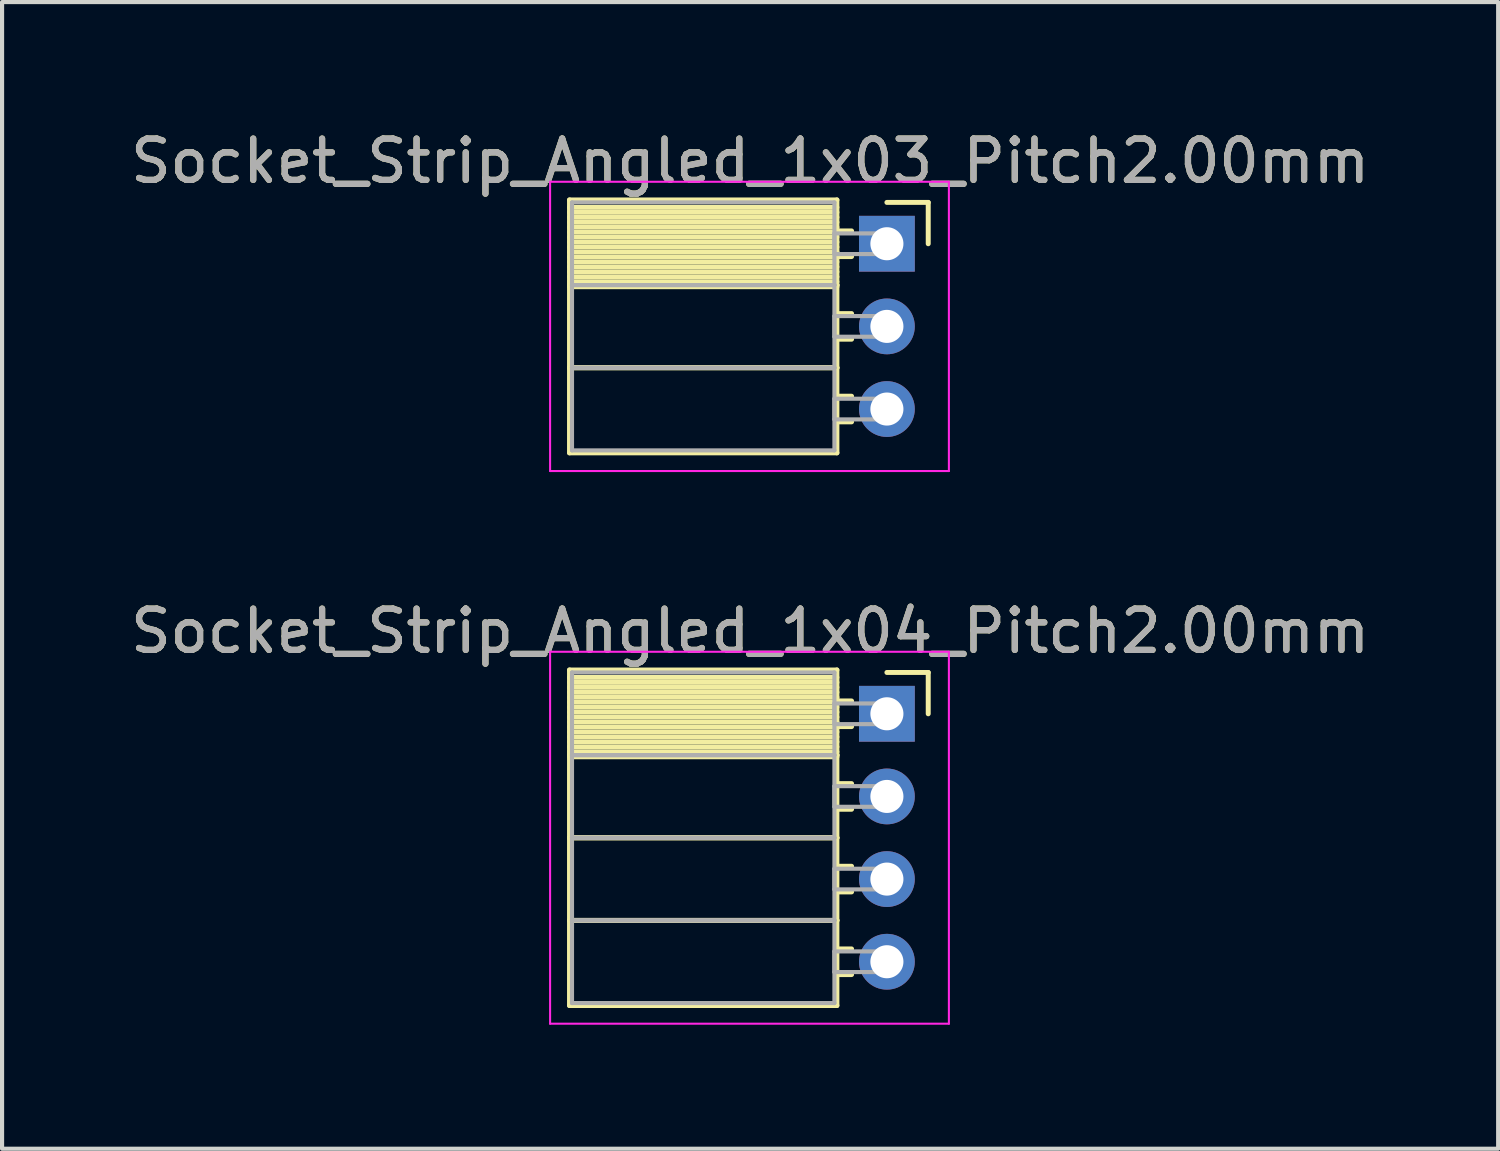
<source format=kicad_pcb>
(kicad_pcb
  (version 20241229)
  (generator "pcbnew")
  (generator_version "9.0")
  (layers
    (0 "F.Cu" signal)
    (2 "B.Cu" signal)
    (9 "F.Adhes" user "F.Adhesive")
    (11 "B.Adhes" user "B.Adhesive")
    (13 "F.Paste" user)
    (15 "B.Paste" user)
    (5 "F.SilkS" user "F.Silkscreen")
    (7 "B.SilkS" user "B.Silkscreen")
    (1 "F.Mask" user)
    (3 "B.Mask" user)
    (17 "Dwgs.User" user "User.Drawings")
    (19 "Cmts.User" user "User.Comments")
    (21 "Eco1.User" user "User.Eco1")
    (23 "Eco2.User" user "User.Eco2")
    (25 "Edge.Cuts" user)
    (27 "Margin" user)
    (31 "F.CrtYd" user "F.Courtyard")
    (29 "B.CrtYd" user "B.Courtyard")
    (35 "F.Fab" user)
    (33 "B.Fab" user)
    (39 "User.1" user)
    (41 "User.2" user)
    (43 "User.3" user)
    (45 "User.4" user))
  (footprint "Socket_Strip_Angled_1x03_Pitch2.00mm"
    (layer "F.Cu")
    (at 18.411 2.848)
    (property "Reference" "Socket_Strip_Angled_1x03_Pitch2.00mm" (at -3.31 -2 0) (layer "F.SilkS") (effects (font (size 1 1) (thickness 0.15))))
    (attr through_hole)
    (fp_line (start -7.68 -1.06) (end -1.21 -1.06) (stroke (width 0.12) (type solid)) (layer "F.SilkS"))
    (fp_line (start -7.68 1) (end -7.68 -1.06) (stroke (width 0.12) (type solid)) (layer "F.SilkS"))
    (fp_line (start -7.68 1) (end -1.21 1) (stroke (width 0.12) (type solid)) (layer "F.SilkS"))
    (fp_line (start -7.68 3) (end -7.68 1) (stroke (width 0.12) (type solid)) (layer "F.SilkS"))
    (fp_line (start -7.68 3) (end -1.21 3) (stroke (width 0.12) (type solid)) (layer "F.SilkS"))
    (fp_line (start -7.68 5.06) (end -7.68 3) (stroke (width 0.12) (type solid)) (layer "F.SilkS"))
    (fp_line (start -1.21 -1.06) (end -1.21 1) (stroke (width 0.12) (type solid)) (layer "F.SilkS"))
    (fp_line (start -1.21 -0.88) (end -7.68 -0.88) (stroke (width 0.12) (type solid)) (layer "F.SilkS"))
    (fp_line (start -1.21 -0.76) (end -7.68 -0.76) (stroke (width 0.12) (type solid)) (layer "F.SilkS"))
    (fp_line (start -1.21 -0.64) (end -7.68 -0.64) (stroke (width 0.12) (type solid)) (layer "F.SilkS"))
    (fp_line (start -1.21 -0.52) (end -7.68 -0.52) (stroke (width 0.12) (type solid)) (layer "F.SilkS"))
    (fp_line (start -1.21 -0.4) (end -7.68 -0.4) (stroke (width 0.12) (type solid)) (layer "F.SilkS"))
    (fp_line (start -1.21 -0.28) (end -7.68 -0.28) (stroke (width 0.12) (type solid)) (layer "F.SilkS"))
    (fp_line (start -1.21 -0.16) (end -7.68 -0.16) (stroke (width 0.12) (type solid)) (layer "F.SilkS"))
    (fp_line (start -1.21 -0.04) (end -7.68 -0.04) (stroke (width 0.12) (type solid)) (layer "F.SilkS"))
    (fp_line (start -1.21 0.08) (end -7.68 0.08) (stroke (width 0.12) (type solid)) (layer "F.SilkS"))
    (fp_line (start -1.21 0.2) (end -7.68 0.2) (stroke (width 0.12) (type solid)) (layer "F.SilkS"))
    (fp_line (start -1.21 0.32) (end -7.68 0.32) (stroke (width 0.12) (type solid)) (layer "F.SilkS"))
    (fp_line (start -1.21 0.44) (end -7.68 0.44) (stroke (width 0.12) (type solid)) (layer "F.SilkS"))
    (fp_line (start -1.21 0.56) (end -7.68 0.56) (stroke (width 0.12) (type solid)) (layer "F.SilkS"))
    (fp_line (start -1.21 0.68) (end -7.68 0.68) (stroke (width 0.12) (type solid)) (layer "F.SilkS"))
    (fp_line (start -1.21 0.8) (end -7.68 0.8) (stroke (width 0.12) (type solid)) (layer "F.SilkS"))
    (fp_line (start -1.21 0.92) (end -7.68 0.92) (stroke (width 0.12) (type solid)) (layer "F.SilkS"))
    (fp_line (start -1.21 1) (end -7.68 1) (stroke (width 0.12) (type solid)) (layer "F.SilkS"))
    (fp_line (start -1.21 1) (end -1.21 3) (stroke (width 0.12) (type solid)) (layer "F.SilkS"))
    (fp_line (start -1.21 1.04) (end -7.68 1.04) (stroke (width 0.12) (type solid)) (layer "F.SilkS"))
    (fp_line (start -1.21 3) (end -7.68 3) (stroke (width 0.12) (type solid)) (layer "F.SilkS"))
    (fp_line (start -1.21 3) (end -1.21 5.06) (stroke (width 0.12) (type solid)) (layer "F.SilkS"))
    (fp_line (start -1.21 5.06) (end -7.68 5.06) (stroke (width 0.12) (type solid)) (layer "F.SilkS"))
    (fp_line (start -0.855 -0.31) (end -1.21 -0.31) (stroke (width 0.12) (type solid)) (layer "F.SilkS"))
    (fp_line (start -0.855 0.31) (end -1.21 0.31) (stroke (width 0.12) (type solid)) (layer "F.SilkS"))
    (fp_line (start -0.855 1.69) (end -1.21 1.69) (stroke (width 0.12) (type solid)) (layer "F.SilkS"))
    (fp_line (start -0.855 2.31) (end -1.21 2.31) (stroke (width 0.12) (type solid)) (layer "F.SilkS"))
    (fp_line (start -0.855 3.69) (end -1.21 3.69) (stroke (width 0.12) (type solid)) (layer "F.SilkS"))
    (fp_line (start -0.855 4.31) (end -1.21 4.31) (stroke (width 0.12) (type solid)) (layer "F.SilkS"))
    (fp_line (start 0 -1) (end 1 -1) (stroke (width 0.12) (type solid)) (layer "F.SilkS"))
    (fp_line (start 1 -1) (end 1 0) (stroke (width 0.12) (type solid)) (layer "F.SilkS"))
    (fp_line (start -8.15 -1.5) (end 1.5 -1.5) (stroke (width 0.05) (type solid)) (layer "F.CrtYd"))
    (fp_line (start -8.15 5.5) (end -8.15 -1.5) (stroke (width 0.05) (type solid)) (layer "F.CrtYd"))
    (fp_line (start 1.5 -1.5) (end 1.5 5.5) (stroke (width 0.05) (type solid)) (layer "F.CrtYd"))
    (fp_line (start 1.5 5.5) (end -8.15 5.5) (stroke (width 0.05) (type solid)) (layer "F.CrtYd"))
    (fp_line (start -7.62 -1) (end -1.27 -1) (stroke (width 0.1) (type solid)) (layer "F.Fab"))
    (fp_line (start -7.62 1) (end -7.62 -1) (stroke (width 0.1) (type solid)) (layer "F.Fab"))
    (fp_line (start -7.62 1) (end -1.27 1) (stroke (width 0.1) (type solid)) (layer "F.Fab"))
    (fp_line (start -7.62 3) (end -7.62 1) (stroke (width 0.1) (type solid)) (layer "F.Fab"))
    (fp_line (start -7.62 3) (end -1.27 3) (stroke (width 0.1) (type solid)) (layer "F.Fab"))
    (fp_line (start -7.62 5) (end -7.62 3) (stroke (width 0.1) (type solid)) (layer "F.Fab"))
    (fp_line (start -1.27 -1) (end -1.27 1) (stroke (width 0.1) (type solid)) (layer "F.Fab"))
    (fp_line (start -1.27 -0.25) (end 0 -0.25) (stroke (width 0.1) (type solid)) (layer "F.Fab"))
    (fp_line (start -1.27 0.25) (end -1.27 -0.25) (stroke (width 0.1) (type solid)) (layer "F.Fab"))
    (fp_line (start -1.27 1) (end -7.62 1) (stroke (width 0.1) (type solid)) (layer "F.Fab"))
    (fp_line (start -1.27 1) (end -1.27 3) (stroke (width 0.1) (type solid)) (layer "F.Fab"))
    (fp_line (start -1.27 1.75) (end 0 1.75) (stroke (width 0.1) (type solid)) (layer "F.Fab"))
    (fp_line (start -1.27 2.25) (end -1.27 1.75) (stroke (width 0.1) (type solid)) (layer "F.Fab"))
    (fp_line (start -1.27 3) (end -7.62 3) (stroke (width 0.1) (type solid)) (layer "F.Fab"))
    (fp_line (start -1.27 3) (end -1.27 5) (stroke (width 0.1) (type solid)) (layer "F.Fab"))
    (fp_line (start -1.27 3.75) (end 0 3.75) (stroke (width 0.1) (type solid)) (layer "F.Fab"))
    (fp_line (start -1.27 4.25) (end -1.27 3.75) (stroke (width 0.1) (type solid)) (layer "F.Fab"))
    (fp_line (start -1.27 5) (end -7.62 5) (stroke (width 0.1) (type solid)) (layer "F.Fab"))
    (fp_line (start 0 -0.25) (end 0 0.25) (stroke (width 0.1) (type solid)) (layer "F.Fab"))
    (fp_line (start 0 0.25) (end -1.27 0.25) (stroke (width 0.1) (type solid)) (layer "F.Fab"))
    (fp_line (start 0 1.75) (end 0 2.25) (stroke (width 0.1) (type solid)) (layer "F.Fab"))
    (fp_line (start 0 2.25) (end -1.27 2.25) (stroke (width 0.1) (type solid)) (layer "F.Fab"))
    (fp_line (start 0 3.75) (end 0 4.25) (stroke (width 0.1) (type solid)) (layer "F.Fab"))
    (fp_line (start 0 4.25) (end -1.27 4.25) (stroke (width 0.1) (type solid)) (layer "F.Fab"))
    (fp_text user "${REFERENCE}" (at -3.31 -2 0) (layer "F.Fab") (effects (font (size 1 1) (thickness 0.15))))
    (pad "1" thru_hole rect (at 0 0) (size 1.35 1.35) (drill 0.8) (layers "*.Cu" "*.Mask"))
    (pad "2" thru_hole oval (at 0 2) (size 1.35 1.35) (drill 0.8) (layers "*.Cu" "*.Mask"))
    (pad "3" thru_hole oval (at 0 4) (size 1.35 1.35) (drill 0.8) (layers "*.Cu" "*.Mask")))
  (footprint "Socket_Strip_Angled_1x04_Pitch2.00mm"
    (layer "F.Cu")
    (at 18.411 14.222)
    (property "Reference" "Socket_Strip_Angled_1x04_Pitch2.00mm" (at -3.31 -2 0) (layer "F.SilkS") (effects (font (size 1 1) (thickness 0.15))))
    (attr through_hole)
    (fp_line (start -7.68 -1.06) (end -1.21 -1.06) (stroke (width 0.12) (type solid)) (layer "F.SilkS"))
    (fp_line (start -7.68 1) (end -7.68 -1.06) (stroke (width 0.12) (type solid)) (layer "F.SilkS"))
    (fp_line (start -7.68 1) (end -1.21 1) (stroke (width 0.12) (type solid)) (layer "F.SilkS"))
    (fp_line (start -7.68 3) (end -7.68 1) (stroke (width 0.12) (type solid)) (layer "F.SilkS"))
    (fp_line (start -7.68 3) (end -1.21 3) (stroke (width 0.12) (type solid)) (layer "F.SilkS"))
    (fp_line (start -7.68 5) (end -7.68 3) (stroke (width 0.12) (type solid)) (layer "F.SilkS"))
    (fp_line (start -7.68 5) (end -1.21 5) (stroke (width 0.12) (type solid)) (layer "F.SilkS"))
    (fp_line (start -7.68 7.06) (end -7.68 5) (stroke (width 0.12) (type solid)) (layer "F.SilkS"))
    (fp_line (start -1.21 -1.06) (end -1.21 1) (stroke (width 0.12) (type solid)) (layer "F.SilkS"))
    (fp_line (start -1.21 -0.88) (end -7.68 -0.88) (stroke (width 0.12) (type solid)) (layer "F.SilkS"))
    (fp_line (start -1.21 -0.76) (end -7.68 -0.76) (stroke (width 0.12) (type solid)) (layer "F.SilkS"))
    (fp_line (start -1.21 -0.64) (end -7.68 -0.64) (stroke (width 0.12) (type solid)) (layer "F.SilkS"))
    (fp_line (start -1.21 -0.52) (end -7.68 -0.52) (stroke (width 0.12) (type solid)) (layer "F.SilkS"))
    (fp_line (start -1.21 -0.4) (end -7.68 -0.4) (stroke (width 0.12) (type solid)) (layer "F.SilkS"))
    (fp_line (start -1.21 -0.28) (end -7.68 -0.28) (stroke (width 0.12) (type solid)) (layer "F.SilkS"))
    (fp_line (start -1.21 -0.16) (end -7.68 -0.16) (stroke (width 0.12) (type solid)) (layer "F.SilkS"))
    (fp_line (start -1.21 -0.04) (end -7.68 -0.04) (stroke (width 0.12) (type solid)) (layer "F.SilkS"))
    (fp_line (start -1.21 0.08) (end -7.68 0.08) (stroke (width 0.12) (type solid)) (layer "F.SilkS"))
    (fp_line (start -1.21 0.2) (end -7.68 0.2) (stroke (width 0.12) (type solid)) (layer "F.SilkS"))
    (fp_line (start -1.21 0.32) (end -7.68 0.32) (stroke (width 0.12) (type solid)) (layer "F.SilkS"))
    (fp_line (start -1.21 0.44) (end -7.68 0.44) (stroke (width 0.12) (type solid)) (layer "F.SilkS"))
    (fp_line (start -1.21 0.56) (end -7.68 0.56) (stroke (width 0.12) (type solid)) (layer "F.SilkS"))
    (fp_line (start -1.21 0.68) (end -7.68 0.68) (stroke (width 0.12) (type solid)) (layer "F.SilkS"))
    (fp_line (start -1.21 0.8) (end -7.68 0.8) (stroke (width 0.12) (type solid)) (layer "F.SilkS"))
    (fp_line (start -1.21 0.92) (end -7.68 0.92) (stroke (width 0.12) (type solid)) (layer "F.SilkS"))
    (fp_line (start -1.21 1) (end -7.68 1) (stroke (width 0.12) (type solid)) (layer "F.SilkS"))
    (fp_line (start -1.21 1) (end -1.21 3) (stroke (width 0.12) (type solid)) (layer "F.SilkS"))
    (fp_line (start -1.21 1.04) (end -7.68 1.04) (stroke (width 0.12) (type solid)) (layer "F.SilkS"))
    (fp_line (start -1.21 3) (end -7.68 3) (stroke (width 0.12) (type solid)) (layer "F.SilkS"))
    (fp_line (start -1.21 3) (end -1.21 5) (stroke (width 0.12) (type solid)) (layer "F.SilkS"))
    (fp_line (start -1.21 5) (end -7.68 5) (stroke (width 0.12) (type solid)) (layer "F.SilkS"))
    (fp_line (start -1.21 5) (end -1.21 7.06) (stroke (width 0.12) (type solid)) (layer "F.SilkS"))
    (fp_line (start -1.21 7.06) (end -7.68 7.06) (stroke (width 0.12) (type solid)) (layer "F.SilkS"))
    (fp_line (start -0.855 -0.31) (end -1.21 -0.31) (stroke (width 0.12) (type solid)) (layer "F.SilkS"))
    (fp_line (start -0.855 0.31) (end -1.21 0.31) (stroke (width 0.12) (type solid)) (layer "F.SilkS"))
    (fp_line (start -0.855 1.69) (end -1.21 1.69) (stroke (width 0.12) (type solid)) (layer "F.SilkS"))
    (fp_line (start -0.855 2.31) (end -1.21 2.31) (stroke (width 0.12) (type solid)) (layer "F.SilkS"))
    (fp_line (start -0.855 3.69) (end -1.21 3.69) (stroke (width 0.12) (type solid)) (layer "F.SilkS"))
    (fp_line (start -0.855 4.31) (end -1.21 4.31) (stroke (width 0.12) (type solid)) (layer "F.SilkS"))
    (fp_line (start -0.855 5.69) (end -1.21 5.69) (stroke (width 0.12) (type solid)) (layer "F.SilkS"))
    (fp_line (start -0.855 6.31) (end -1.21 6.31) (stroke (width 0.12) (type solid)) (layer "F.SilkS"))
    (fp_line (start 0 -1) (end 1 -1) (stroke (width 0.12) (type solid)) (layer "F.SilkS"))
    (fp_line (start 1 -1) (end 1 0) (stroke (width 0.12) (type solid)) (layer "F.SilkS"))
    (fp_line (start -8.15 -1.5) (end 1.5 -1.5) (stroke (width 0.05) (type solid)) (layer "F.CrtYd"))
    (fp_line (start -8.15 7.5) (end -8.15 -1.5) (stroke (width 0.05) (type solid)) (layer "F.CrtYd"))
    (fp_line (start 1.5 -1.5) (end 1.5 7.5) (stroke (width 0.05) (type solid)) (layer "F.CrtYd"))
    (fp_line (start 1.5 7.5) (end -8.15 7.5) (stroke (width 0.05) (type solid)) (layer "F.CrtYd"))
    (fp_line (start -7.62 -1) (end -1.27 -1) (stroke (width 0.1) (type solid)) (layer "F.Fab"))
    (fp_line (start -7.62 1) (end -7.62 -1) (stroke (width 0.1) (type solid)) (layer "F.Fab"))
    (fp_line (start -7.62 1) (end -1.27 1) (stroke (width 0.1) (type solid)) (layer "F.Fab"))
    (fp_line (start -7.62 3) (end -7.62 1) (stroke (width 0.1) (type solid)) (layer "F.Fab"))
    (fp_line (start -7.62 3) (end -1.27 3) (stroke (width 0.1) (type solid)) (layer "F.Fab"))
    (fp_line (start -7.62 5) (end -7.62 3) (stroke (width 0.1) (type solid)) (layer "F.Fab"))
    (fp_line (start -7.62 5) (end -1.27 5) (stroke (width 0.1) (type solid)) (layer "F.Fab"))
    (fp_line (start -7.62 7) (end -7.62 5) (stroke (width 0.1) (type solid)) (layer "F.Fab"))
    (fp_line (start -1.27 -1) (end -1.27 1) (stroke (width 0.1) (type solid)) (layer "F.Fab"))
    (fp_line (start -1.27 -0.25) (end 0 -0.25) (stroke (width 0.1) (type solid)) (layer "F.Fab"))
    (fp_line (start -1.27 0.25) (end -1.27 -0.25) (stroke (width 0.1) (type solid)) (layer "F.Fab"))
    (fp_line (start -1.27 1) (end -7.62 1) (stroke (width 0.1) (type solid)) (layer "F.Fab"))
    (fp_line (start -1.27 1) (end -1.27 3) (stroke (width 0.1) (type solid)) (layer "F.Fab"))
    (fp_line (start -1.27 1.75) (end 0 1.75) (stroke (width 0.1) (type solid)) (layer "F.Fab"))
    (fp_line (start -1.27 2.25) (end -1.27 1.75) (stroke (width 0.1) (type solid)) (layer "F.Fab"))
    (fp_line (start -1.27 3) (end -7.62 3) (stroke (width 0.1) (type solid)) (layer "F.Fab"))
    (fp_line (start -1.27 3) (end -1.27 5) (stroke (width 0.1) (type solid)) (layer "F.Fab"))
    (fp_line (start -1.27 3.75) (end 0 3.75) (stroke (width 0.1) (type solid)) (layer "F.Fab"))
    (fp_line (start -1.27 4.25) (end -1.27 3.75) (stroke (width 0.1) (type solid)) (layer "F.Fab"))
    (fp_line (start -1.27 5) (end -7.62 5) (stroke (width 0.1) (type solid)) (layer "F.Fab"))
    (fp_line (start -1.27 5) (end -1.27 7) (stroke (width 0.1) (type solid)) (layer "F.Fab"))
    (fp_line (start -1.27 5.75) (end 0 5.75) (stroke (width 0.1) (type solid)) (layer "F.Fab"))
    (fp_line (start -1.27 6.25) (end -1.27 5.75) (stroke (width 0.1) (type solid)) (layer "F.Fab"))
    (fp_line (start -1.27 7) (end -7.62 7) (stroke (width 0.1) (type solid)) (layer "F.Fab"))
    (fp_line (start 0 -0.25) (end 0 0.25) (stroke (width 0.1) (type solid)) (layer "F.Fab"))
    (fp_line (start 0 0.25) (end -1.27 0.25) (stroke (width 0.1) (type solid)) (layer "F.Fab"))
    (fp_line (start 0 1.75) (end 0 2.25) (stroke (width 0.1) (type solid)) (layer "F.Fab"))
    (fp_line (start 0 2.25) (end -1.27 2.25) (stroke (width 0.1) (type solid)) (layer "F.Fab"))
    (fp_line (start 0 3.75) (end 0 4.25) (stroke (width 0.1) (type solid)) (layer "F.Fab"))
    (fp_line (start 0 4.25) (end -1.27 4.25) (stroke (width 0.1) (type solid)) (layer "F.Fab"))
    (fp_line (start 0 5.75) (end 0 6.25) (stroke (width 0.1) (type solid)) (layer "F.Fab"))
    (fp_line (start 0 6.25) (end -1.27 6.25) (stroke (width 0.1) (type solid)) (layer "F.Fab"))
    (fp_text user "${REFERENCE}" (at -3.31 -2 0) (layer "F.Fab") (effects (font (size 1 1) (thickness 0.15))))
    (pad "1" thru_hole rect (at 0 0) (size 1.35 1.35) (drill 0.8) (layers "*.Cu" "*.Mask"))
    (pad "2" thru_hole oval (at 0 2) (size 1.35 1.35) (drill 0.8) (layers "*.Cu" "*.Mask"))
    (pad "3" thru_hole oval (at 0 4) (size 1.35 1.35) (drill 0.8) (layers "*.Cu" "*.Mask"))
    (pad "4" thru_hole oval (at 0 6) (size 1.35 1.35) (drill 0.8) (layers "*.Cu" "*.Mask")))
  (gr_rect
    (start -3 -3)
    (end 33.202 24.747)
    (stroke (width 0.1) (type default))
    (fill no)
    (layer "Edge.Cuts")))
</source>
